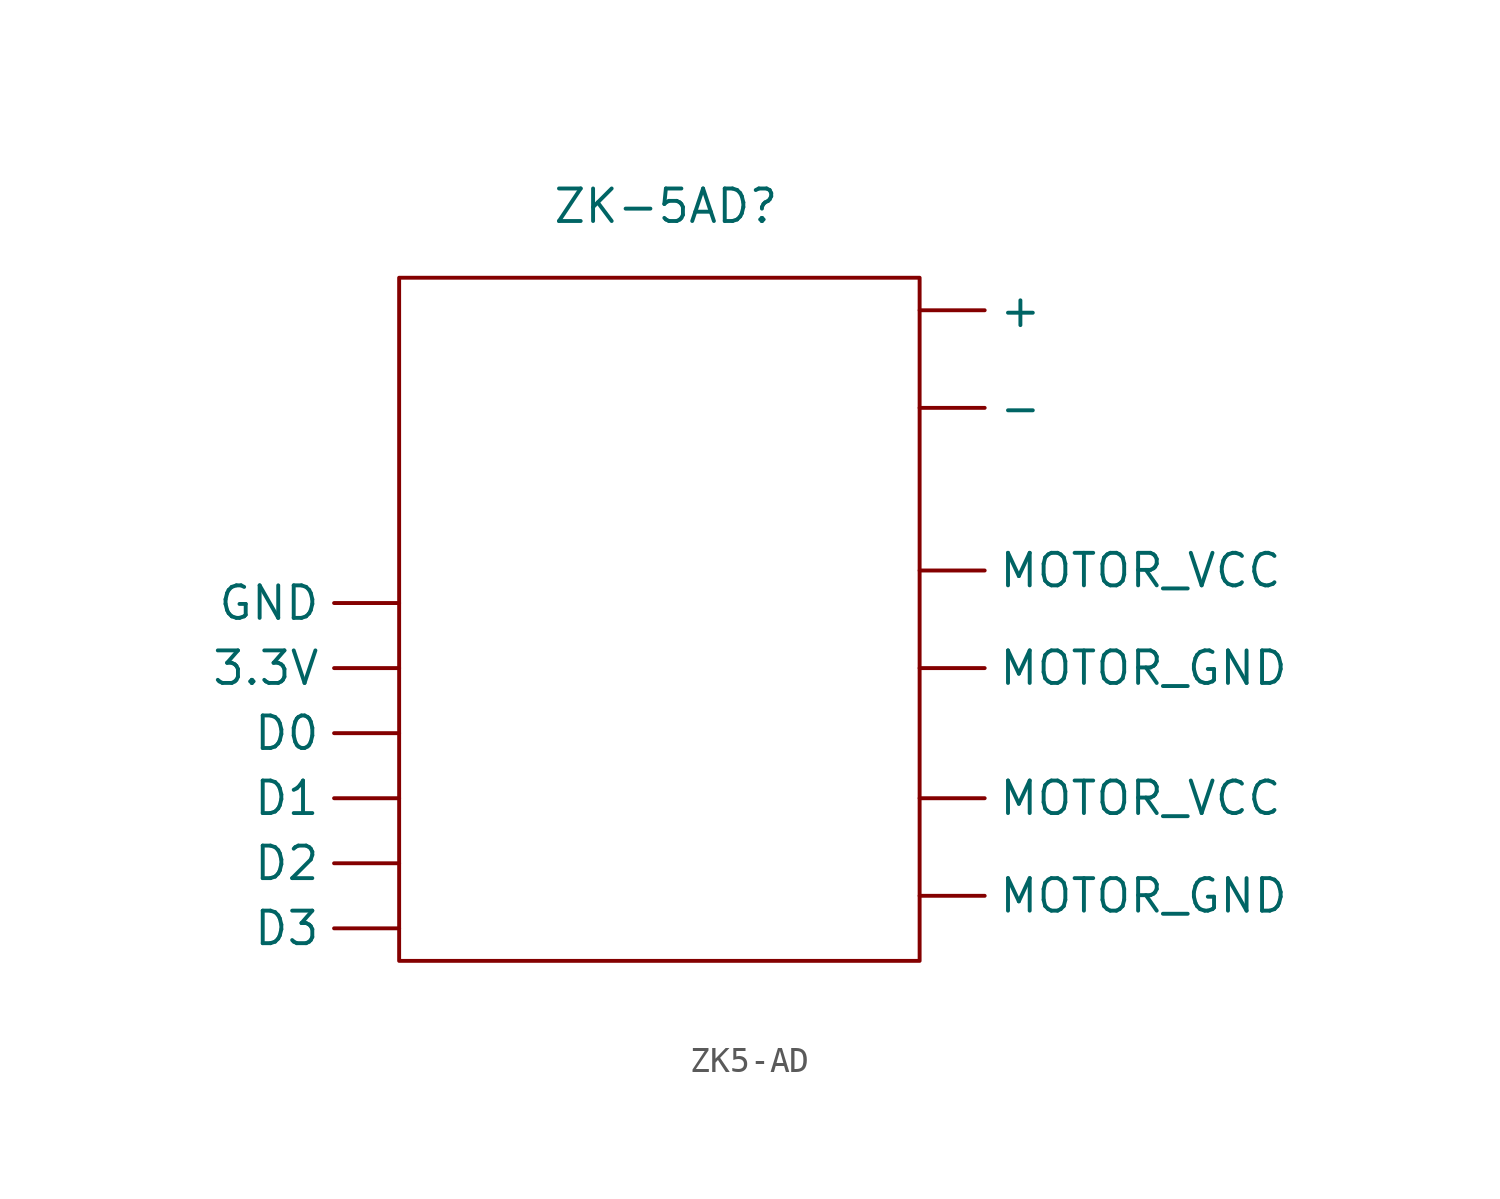
<source format=kicad_sym>
(kicad_symbol_lib
  (version 20231120)
  (generator "kicad_symbol_editor")
  (generator_version "8.0")
  (symbol "ZK5-AD"
    (property "Reference" "ZK-5AD"
      (at -7.366 1.524 0)
      (effects (font (size 1.27 1.27))))
    (property "Value" ""
      (at -7.366 1.524 0)
      (effects (font (size 1.27 1.27))))
    (symbol "ZK5-AD_0_1"
      (rectangle (start -17.78 -1.27) (end 2.54 -27.94) (stroke (width 0) (type default)) (fill (type none))))
    (symbol "ZK5-AD_1_1"
      (pin power_in line (at 2.54 -2.54 0) (length 2.54) (name "+" (effects (font (size 1.27 1.27)))) (number "" (effects (font (size 1.27 1.27)))))
      (pin power_in line (at 2.54 -6.35 0) (length 2.54) (name "-" (effects (font (size 1.27 1.27)))) (number "" (effects (font (size 1.27 1.27)))))
      (pin power_in line (at -17.78 -16.51 180) (length 2.54) (name "3.3V" (effects (font (size 1.27 1.27)))) (number "" (effects (font (size 1.27 1.27)))))
      (pin power_in line (at -17.78 -19.05 180) (length 2.54) (name "D0" (effects (font (size 1.27 1.27)))) (number "" (effects (font (size 1.27 1.27)))))
      (pin power_in line (at -17.78 -21.59 180) (length 2.54) (name "D1" (effects (font (size 1.27 1.27)))) (number "" (effects (font (size 1.27 1.27)))))
      (pin power_in line (at -17.78 -24.13 180) (length 2.54) (name "D2" (effects (font (size 1.27 1.27)))) (number "" (effects (font (size 1.27 1.27)))))
      (pin power_in line (at -17.78 -26.67 180) (length 2.54) (name "D3" (effects (font (size 1.27 1.27)))) (number "" (effects (font (size 1.27 1.27)))))
      (pin power_in line (at -17.78 -13.97 180) (length 2.54) (name "GND" (effects (font (size 1.27 1.27)))) (number "" (effects (font (size 1.27 1.27)))))
      (pin power_in line (at 2.54 -25.4 0) (length 2.54) (name "MOTOR_GND" (effects (font (size 1.27 1.27)))) (number "" (effects (font (size 1.27 1.27)))))
      (pin power_in line (at 2.54 -16.51 0) (length 2.54) (name "MOTOR_GND" (effects (font (size 1.27 1.27)))) (number "" (effects (font (size 1.27 1.27)))))
      (pin power_in line (at 2.54 -21.59 0) (length 2.54) (name "MOTOR_VCC" (effects (font (size 1.27 1.27)))) (number "" (effects (font (size 1.27 1.27)))))
      (pin power_in line (at 2.54 -12.7 0) (length 2.54) (name "MOTOR_VCC" (effects (font (size 1.27 1.27)))) (number "" (effects (font (size 1.27 1.27))))))))
</source>
